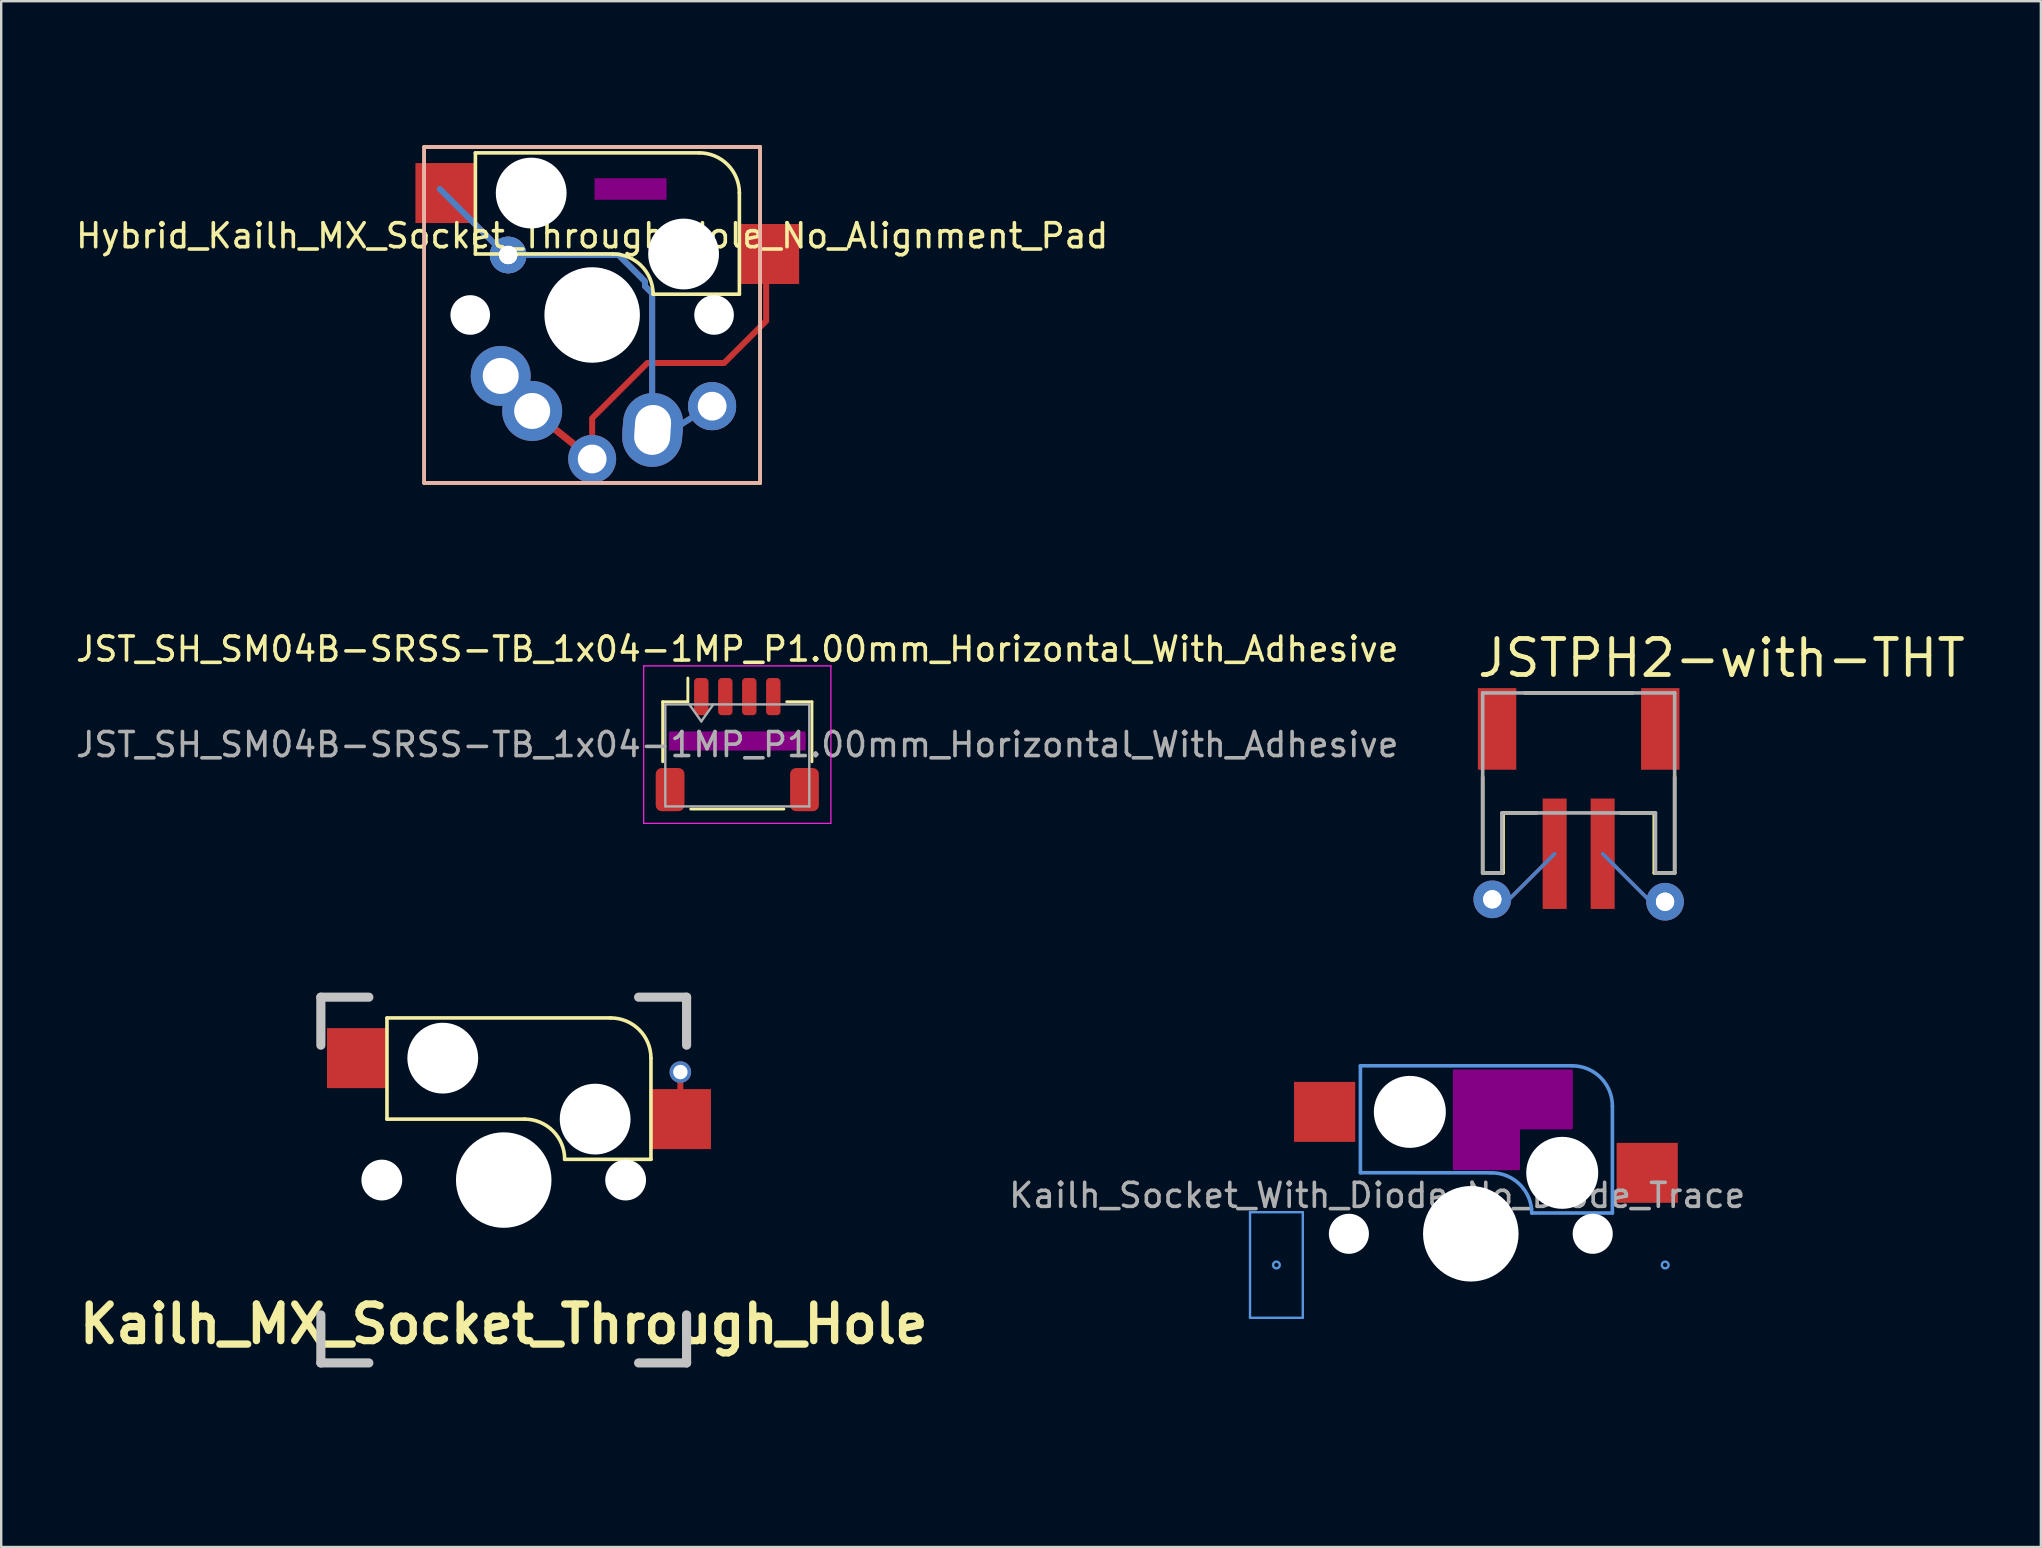
<source format=kicad_pcb>
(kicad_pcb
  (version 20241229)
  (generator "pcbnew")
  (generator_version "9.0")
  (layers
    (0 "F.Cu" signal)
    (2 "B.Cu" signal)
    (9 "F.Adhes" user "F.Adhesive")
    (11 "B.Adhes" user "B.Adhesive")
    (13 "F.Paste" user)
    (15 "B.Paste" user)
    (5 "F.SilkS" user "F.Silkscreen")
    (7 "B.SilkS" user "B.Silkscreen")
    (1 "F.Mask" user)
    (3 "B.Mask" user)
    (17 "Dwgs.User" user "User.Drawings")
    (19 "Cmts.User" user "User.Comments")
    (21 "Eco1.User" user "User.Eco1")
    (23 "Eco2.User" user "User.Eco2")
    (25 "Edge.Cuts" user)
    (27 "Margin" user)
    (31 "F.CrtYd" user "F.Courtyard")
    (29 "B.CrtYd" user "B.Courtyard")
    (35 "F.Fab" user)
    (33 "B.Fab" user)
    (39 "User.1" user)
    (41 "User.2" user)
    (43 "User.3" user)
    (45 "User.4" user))
  (footprint "Kailh_MX_Socket_Through_Hole"
    (layer "F.Cu")
    (at 17.94 46.123)
    (property "Reference" "Kailh_MX_Socket_Through_Hole" (at 0 6 0) (layer "F.SilkS") (effects (font (size 1.524 1.524) (thickness 0.305))))
    (attr through_hole)
    (fp_line (start -4.865 -6.75) (end -4.865 -2.54) (stroke (width 0.15) (type solid)) (layer "F.SilkS"))
    (fp_line (start 0.865 -2.54) (end -4.865 -2.54) (stroke (width 0.15) (type solid)) (layer "F.SilkS"))
    (fp_line (start 4.46 -6.755) (end -4.865 -6.755) (stroke (width 0.15) (type solid)) (layer "F.SilkS"))
    (fp_line (start 6.135 -5.08) (end 6.135 -0.865) (stroke (width 0.15) (type solid)) (layer "F.SilkS"))
    (fp_line (start 6.135 -0.865) (end 2.54 -0.865) (stroke (width 0.15) (type solid)) (layer "F.SilkS"))
    (fp_arc (start 0.865 -2.54) (mid 2.049404 -2.049404) (end 2.54 -0.865) (stroke (width 0.15) (type solid)) (layer "F.SilkS"))
    (fp_arc (start 4.46 -6.755) (mid 5.644404 -6.264404) (end 6.135 -5.08) (stroke (width 0.15) (type solid)) (layer "F.SilkS"))
    (fp_line (start -7.62 -7.62) (end -5.62 -7.62) (stroke (width 0.381) (type solid)) (layer "Dwgs.User"))
    (fp_line (start -7.62 -5.62) (end -7.62 -7.62) (stroke (width 0.381) (type solid)) (layer "Dwgs.User"))
    (fp_line (start -7.62 5.62) (end -7.62 7.62) (stroke (width 0.381) (type solid)) (layer "Dwgs.User"))
    (fp_line (start -7.62 7.62) (end -5.62 7.62) (stroke (width 0.381) (type solid)) (layer "Dwgs.User"))
    (fp_line (start 5.62 -7.62) (end 7.62 -7.62) (stroke (width 0.381) (type solid)) (layer "Dwgs.User"))
    (fp_line (start 5.62 7.62) (end 7.62 7.62) (stroke (width 0.381) (type solid)) (layer "Dwgs.User"))
    (fp_line (start 7.62 -7.62) (end 7.62 -5.62) (stroke (width 0.381) (type solid)) (layer "Dwgs.User"))
    (fp_line (start 7.62 5.62) (end 7.62 7.62) (stroke (width 0.381) (type solid)) (layer "Dwgs.User"))
    (pad "" np_thru_hole circle (at -5.08 0) (size 1.7 1.7) (drill 1.7) (layers "*.Cu" "*.Mask"))
    (pad "" np_thru_hole circle (at -2.54 -5.08) (size 2.95 2.95) (drill 2.95) (layers "*.Cu" "*.Mask"))
    (pad "" np_thru_hole circle (at 0 0) (size 3.98 3.98) (drill 3.98) (layers "*.Cu" "*.Mask"))
    (pad "" np_thru_hole circle (at 3.81 -2.54) (size 2.95 2.95) (drill 2.95) (layers "*.Cu" "*.Mask"))
    (pad "" np_thru_hole circle (at 5.08 0) (size 1.7 1.7) (drill 1.7) (layers "*.Cu" "*.Mask"))
    (pad "1" thru_hole circle (at 7.36 -4.5) (size 0.9 0.9) (drill 0.6) (layers "*.Cu"))
    (pad "1" smd rect (at 7.36 -3.5) (size 0.25 2.5) (layers "F.Cu"))
    (pad "1" smd rect (at 7.36 -2.54) (size 2.55 2.5) (layers "F.Cu" "F.Mask" "F.Paste"))
    (pad "2" smd rect (at -6.09 -5.08) (size 2.55 2.5) (layers "F.Cu" "F.Mask" "F.Paste")))
  (footprint "JST_SH_SM04B-SRSS-TB_1x04-1MP_P1.00mm_Horizontal_With_Adhesive"
    (layer "F.Cu")
    (at 27.673 27.978)
    (property "Reference" "JST_SH_SM04B-SRSS-TB_1x04-1MP_P1.00mm_Horizontal_With_Adhesive" (at 0 -3.98 0) (layer "F.SilkS") (effects (font (size 1 1) (thickness 0.15))))
    (attr smd)
    (fp_line (start -3.11 -1.785) (end -2.06 -1.785) (stroke (width 0.12) (type solid)) (layer "F.SilkS"))
    (fp_line (start -3.11 0.715) (end -3.11 -1.785) (stroke (width 0.12) (type solid)) (layer "F.SilkS"))
    (fp_line (start -2.06 -1.785) (end -2.06 -2.775) (stroke (width 0.12) (type solid)) (layer "F.SilkS"))
    (fp_line (start -1.94 2.685) (end 1.94 2.685) (stroke (width 0.12) (type solid)) (layer "F.SilkS"))
    (fp_line (start 3.11 -1.785) (end 2.06 -1.785) (stroke (width 0.12) (type solid)) (layer "F.SilkS"))
    (fp_line (start 3.11 0.715) (end 3.11 -1.785) (stroke (width 0.12) (type solid)) (layer "F.SilkS"))
    (fp_poly (pts (xy -2.8 -0.5) (xy 2.8 -0.5) (xy 2.8 0.2) (xy -2.8 0.2)) (stroke (width 0.1) (type solid)) (fill yes) (layer "F.Adhes"))
    (fp_line (start -3.9 -3.28) (end -3.9 3.28) (stroke (width 0.05) (type solid)) (layer "F.CrtYd"))
    (fp_line (start -3.9 3.28) (end 3.9 3.28) (stroke (width 0.05) (type solid)) (layer "F.CrtYd"))
    (fp_line (start 3.9 -3.28) (end -3.9 -3.28) (stroke (width 0.05) (type solid)) (layer "F.CrtYd"))
    (fp_line (start 3.9 3.28) (end 3.9 -3.28) (stroke (width 0.05) (type solid)) (layer "F.CrtYd"))
    (fp_line (start -3 -1.675) (end -3 2.575) (stroke (width 0.1) (type solid)) (layer "F.Fab"))
    (fp_line (start -3 -1.675) (end 3 -1.675) (stroke (width 0.1) (type solid)) (layer "F.Fab"))
    (fp_line (start -3 2.575) (end 3 2.575) (stroke (width 0.1) (type solid)) (layer "F.Fab"))
    (fp_line (start -2 -1.675) (end -1.5 -0.968) (stroke (width 0.1) (type solid)) (layer "F.Fab"))
    (fp_line (start -1.5 -0.968) (end -1 -1.675) (stroke (width 0.1) (type solid)) (layer "F.Fab"))
    (fp_line (start 3 -1.675) (end 3 2.575) (stroke (width 0.1) (type solid)) (layer "F.Fab"))
    (fp_text user "${REFERENCE}" (at 0 0 0) (layer "F.Fab") (effects (font (size 1 1) (thickness 0.15))))
    (pad "1" smd roundrect (at -1.5 -2) (size 0.6 1.55) (layers "F.Cu" "F.Mask" "F.Paste") (roundrect_rratio 0.25))
    (pad "2" smd roundrect (at -0.5 -2) (size 0.6 1.55) (layers "F.Cu" "F.Mask" "F.Paste") (roundrect_rratio 0.25))
    (pad "3" smd roundrect (at 0.5 -2) (size 0.6 1.55) (layers "F.Cu" "F.Mask" "F.Paste") (roundrect_rratio 0.25))
    (pad "4" smd roundrect (at 1.5 -2) (size 0.6 1.55) (layers "F.Cu" "F.Mask" "F.Paste") (roundrect_rratio 0.25))
    (pad "MP" smd roundrect (at -2.8 1.875) (size 1.2 1.8) (layers "F.Cu" "F.Mask" "F.Paste") (roundrect_rratio 0.208))
    (pad "MP" smd roundrect (at 2.8 1.875) (size 1.2 1.8) (layers "F.Cu" "F.Mask" "F.Paste") (roundrect_rratio 0.208)))
  (footprint "JSTPH2-with-THT"
    (layer "F.Cu")
    (at 62.733 28.825)
    (property "Reference" "JSTPH2-with-THT" (at -4.325 -3.575 0) (layer "F.SilkS") (effects (font (size 1.5 1.5) (thickness 0.2)) (justify left bottom)))
    (attr through_hole)
    (fp_line (start -4 4.5) (end -4 0.5) (stroke (width 0.15) (type solid)) (layer "F.SilkS"))
    (fp_line (start -3.15 2) (end -3.15 4.5) (stroke (width 0.15) (type solid)) (layer "F.SilkS"))
    (fp_line (start -3.15 4.5) (end -4 4.5) (stroke (width 0.15) (type solid)) (layer "F.SilkS"))
    (fp_line (start -2.25 -3) (end 2.25 -3) (stroke (width 0.15) (type solid)) (layer "F.SilkS"))
    (fp_line (start -1.75 2) (end -3.15 2) (stroke (width 0.15) (type solid)) (layer "F.SilkS"))
    (fp_line (start 3.15 2) (end 1.75 2) (stroke (width 0.15) (type solid)) (layer "F.SilkS"))
    (fp_line (start 3.15 4.5) (end 3.15 2) (stroke (width 0.15) (type solid)) (layer "F.SilkS"))
    (fp_line (start 4 0.5) (end 4 4.5) (stroke (width 0.15) (type solid)) (layer "F.SilkS"))
    (fp_line (start 4 4.5) (end 3.15 4.5) (stroke (width 0.15) (type solid)) (layer "F.SilkS"))
    (fp_line (start -4 -3) (end 4 -3) (stroke (width 0.15) (type solid)) (layer "F.Fab"))
    (fp_line (start -4 4.5) (end -4 -3) (stroke (width 0.15) (type solid)) (layer "F.Fab"))
    (fp_line (start -3.2 2) (end -3.2 4.5) (stroke (width 0.15) (type solid)) (layer "F.Fab"))
    (fp_line (start -3.2 4.5) (end -4 4.5) (stroke (width 0.15) (type solid)) (layer "F.Fab"))
    (fp_line (start 3.2 2) (end -3.2 2) (stroke (width 0.15) (type solid)) (layer "F.Fab"))
    (fp_line (start 3.2 4.5) (end 3.2 2) (stroke (width 0.15) (type solid)) (layer "F.Fab"))
    (fp_line (start 4 -3) (end 4 4.5) (stroke (width 0.15) (type solid)) (layer "F.Fab"))
    (fp_line (start 4 4.5) (end 3.2 4.5) (stroke (width 0.15) (type solid)) (layer "F.Fab"))
    (pad "1" thru_hole circle (at -3.6 5.6) (size 1.524 1.524) (drill 0.762) (layers "*.Cu" "*.Mask"))
    (pad "1" thru_hole custom (at -3.6 5.6) (size 1.524 1.524) (drill 0.762) (layers "F.Cu") (options (anchor circle)) (primitives (gr_circle (center 0 0) (end 0.412 0) (width 0.75) (fill no)) (gr_line (start 2.6 -1.9) (end 0.7 0) (width 0.15)) (gr_line (start 0.7 0) (end 0 0) (width 0.15))))
    (pad "1" smd rect (at -1 3.7) (size 1 4.6) (layers "F.Cu" "F.Mask" "F.Paste"))
    (pad "2" smd rect (at 1 3.7) (size 1 4.6) (layers "F.Cu" "F.Mask" "F.Paste"))
    (pad "2" thru_hole circle (at 3.6 5.7) (size 1.524 1.524) (drill 0.762) (layers "*.Cu" "*.Mask"))
    (pad "2" thru_hole custom (at 3.6 5.7) (size 1.524 1.524) (drill 0.762) (layers "F.Cu") (options (anchor circle)) (primitives (gr_circle (center 0 0) (end 0.412 0) (width 0.75) (fill no)) (gr_line (start -0.6 0) (end 0 0) (width 0.15)) (gr_line (start -2.6 -2) (end -0.6 0) (width 0.15))))
    (pad "NC1" smd rect (at -3.4 -1.5 90) (size 3.4 1.6) (layers "F.Cu" "F.Mask" "F.Paste"))
    (pad "NC2" smd rect (at 3.4 -1.5 90) (size 3.4 1.6) (layers "F.Cu" "F.Mask" "F.Paste")))
  (footprint "Hybrid_Kailh_MX_Socket_Through_Hole_No_Alignment_Pad"
    (layer "F.Cu")
    (at 21.625 10.075)
    (property "Reference" "Hybrid_Kailh_MX_Socket_Through_Hole_No_Alignment_Pad" (at 0 -3.3 0) (layer "F.SilkS") (effects (font (size 1 1) (thickness 0.15))))
    (attr through_hole)
    (fp_line (start -7 -7) (end 7 -7) (stroke (width 0.15) (type solid)) (layer "F.SilkS"))
    (fp_line (start -7 7) (end -7 -7) (stroke (width 0.15) (type solid)) (layer "F.SilkS"))
    (fp_line (start -4.865 -6.75) (end -4.865 -2.54) (stroke (width 0.15) (type solid)) (layer "F.SilkS"))
    (fp_line (start 0.865 -2.54) (end -4.865 -2.54) (stroke (width 0.15) (type solid)) (layer "F.SilkS"))
    (fp_line (start 4.46 -6.755) (end -4.865 -6.755) (stroke (width 0.15) (type solid)) (layer "F.SilkS"))
    (fp_line (start 6.135 -5.08) (end 6.135 -0.865) (stroke (width 0.15) (type solid)) (layer "F.SilkS"))
    (fp_line (start 6.135 -0.865) (end 2.54 -0.865) (stroke (width 0.15) (type solid)) (layer "F.SilkS"))
    (fp_line (start 7 -7) (end 7 7) (stroke (width 0.15) (type solid)) (layer "F.SilkS"))
    (fp_line (start 7 7) (end -7 7) (stroke (width 0.15) (type solid)) (layer "F.SilkS"))
    (fp_arc (start 0.865 -2.54) (mid 2.049404 -2.049404) (end 2.54 -0.865) (stroke (width 0.15) (type solid)) (layer "F.SilkS"))
    (fp_arc (start 4.460001 -6.755) (mid 5.644405 -6.264403) (end 6.135 -5.079999) (stroke (width 0.15) (type solid)) (layer "F.SilkS"))
    (fp_line (start -7 -7) (end -7 7) (stroke (width 0.15) (type solid)) (layer "B.SilkS"))
    (fp_line (start -7 7) (end 7 7) (stroke (width 0.15) (type solid)) (layer "B.SilkS"))
    (fp_line (start 7 -7) (end -7 -7) (stroke (width 0.15) (type solid)) (layer "B.SilkS"))
    (fp_line (start 7 7) (end 7 -7) (stroke (width 0.15) (type solid)) (layer "B.SilkS"))
    (fp_poly (pts (xy 0.1 -5.7) (xy 0.1 -4.8) (xy 3.1 -4.8) (xy 3.1 -5.7)) (stroke (width 0) (type solid)) (fill yes) (layer "F.Adhes"))
    (fp_line (start -10 10) (end -10 -10) (stroke (width 0.15) (type solid)) (layer "Eco1.User"))
    (fp_line (start -10 -10) (end 10 -10) (stroke (width 0.15) (type solid)) (layer "Eco1.User"))
    (fp_line (start 10 10) (end -10 10) (stroke (width 0.15) (type solid)) (layer "Eco1.User"))
    (fp_line (start 10 -10) (end 10 10) (stroke (width 0.15) (type solid)) (layer "Eco1.User"))
    (pad "" np_thru_hole circle (at -5.08 0) (size 1.65 1.65) (drill 1.65) (layers "*.Cu" "*.Mask"))
    (pad "" np_thru_hole circle (at -2.54 -5.08) (size 2.95 2.95) (drill 2.95) (layers "*.Cu" "*.Mask"))
    (pad "" np_thru_hole circle (at 0 0) (size 3.98 3.98) (drill 3.98) (layers "*.Cu" "*.Mask"))
    (pad "" np_thru_hole circle (at 3.81 -2.54) (size 2.95 2.95) (drill 2.95) (layers "*.Cu" "*.Mask"))
    (pad "" np_thru_hole circle (at 5.08 0) (size 1.65 1.65) (drill 1.65) (layers "*.Cu" "*.Mask"))
    (pad "1" thru_hole circle (at -3.81 2.54) (size 2.5 2.5) (drill 1.5) (layers "*.Cu" "*.Mask"))
    (pad "1" thru_hole circle (at -2.5 4) (size 2.5 2.5) (drill 1.5) (layers "*.Cu" "*.Mask"))
    (pad "1" thru_hole circle (at 0 6) (size 2 2) (drill 1.2) (layers "*.Cu" "*.Mask"))
    (pad "1" smd rect (at 7.35 -2.54) (size 2.55 2.5) (layers "F.Cu" "F.Mask" "F.Paste"))
    (pad "1" smd custom (at 7.5 -2.5) (size 2 2) (layers "F.Cu") (options (anchor rect)) (primitives (gr_line (start -7.5 6.8) (end -7.5 8.6) (width 0.25)) (gr_line (start -0.25 2.75) (end -2 4.5) (width 0.25)) (gr_line (start -0.25 0.4) (end -0.25 2.75) (width 0.25)) (gr_line (start -11.31 5.04) (end -10 6.5) (width 0.25)) (gr_line (start -2 4.5) (end -5.175 4.5) (width 0.25)) (gr_circle (center -11.31 5.04) (end -11 5.04) (width 1.25) (fill no)) (gr_poly (pts (xy -1.35 -1.225) (xy 1.05 -1.225) (xy 1.05 1.15) (xy -1.35 1.15)) (width 0.1) (fill yes)) (gr_circle (center -10 6.5) (end -9.75 6.5) (width 1.25) (fill no)) (gr_circle (center -7.5 8.5) (end -7.25 8.5) (width 1) (fill no)) (gr_line (start -10 6.5) (end -7.5 8.5) (width 0.3)) (gr_line (start -5.2 4.5) (end -7.5 6.8) (width 0.25))))
    (pad "2" smd rect (at -6.09 -5.08) (size 2.55 2.5) (layers "F.Cu" "F.Mask" "F.Paste"))
    (pad "2" thru_hole circle (at -3.5 -2.5) (size 1.524 1.524) (drill 0.762) (layers "*.Cu"))
    (pad "2" thru_hole custom (at -3.5 -2.5) (size 1.524 1.524) (drill 0.762) (layers "F.Cu") (options (anchor circle)) (primitives (gr_line (start -2.85 -2.75) (end -0.1 0) (width 0.25))))
    (pad "2" thru_hole custom (at -3.5 -2.5) (size 1.524 1.524) (drill 0.762) (layers "B.Cu") (options (anchor circle)) (primitives (gr_line (start 6 1.6) (end 6 7.4) (width 0.25)) (gr_line (start 5.7 1.3) (end 6 1.6) (width 0.25)) (gr_line (start 5.7 1.1) (end 5.7 1.3) (width 0.25)) (gr_line (start 6.5 7.5) (end 8.5 6.25) (width 0.25)) (gr_circle (center 8.5 6.3) (end 9 6.3) (width 1) (fill no)) (gr_line (start 4.6 0) (end 5.7 1.1) (width 0.25)) (gr_line (start -0.1 0) (end 4.6 0) (width 0.25)) (gr_circle (center 6.02 7.29) (end 6.645 7.29) (width 1.25) (fill no)) (gr_circle (center 0 0) (end 0.5 0) (width 0.5) (fill no))))
    (pad "2" thru_hole oval (at 2.52 4.79 356.1) (size 2.5 3.08) (drill oval 1.5 2.08) (layers "*.Cu" "*.Mask"))
    (pad "2" thru_hole circle (at 5 3.8) (size 2 2) (drill 1.2) (layers "*.Cu" "*.Mask")))
  (footprint "Kailh_Socket_With_Diode_No_Diode_Trace"
    (layer "F.Cu")
    (at 58.238 48.362)
    (property "Reference" "Kailh_Socket_With_Diode_No_Diode_Trace" (at -3.9 -1.6 0) (layer "F.Fab") (effects (font (size 1 1) (thickness 0.15))))
    (attr through_hole)
    (fp_poly (pts (xy -0.7 -6.8) (xy 4.2 -6.8) (xy 4.2 -4.4) (xy 2 -4.4) (xy 2 -2.7) (xy -0.7 -2.7)) (stroke (width 0.1) (type solid)) (fill yes) (layer "F.Adhes"))
    (fp_line (start -9.2 -0.9) (end -7 -0.9) (stroke (width 0.1) (type solid)) (layer "Cmts.User"))
    (fp_line (start -9.2 3.5) (end -9.2 -0.9) (stroke (width 0.1) (type solid)) (layer "Cmts.User"))
    (fp_line (start -7 -0.9) (end -7 3.5) (stroke (width 0.1) (type solid)) (layer "Cmts.User"))
    (fp_line (start -7 3.5) (end -9.2 3.5) (stroke (width 0.1) (type solid)) (layer "Cmts.User"))
    (fp_line (start -4.6 -7) (end -4.6 -2.545) (stroke (width 0.15) (type solid)) (layer "Cmts.User"))
    (fp_line (start 0.865 -2.54) (end -4.6 -2.545) (stroke (width 0.15) (type solid)) (layer "Cmts.User"))
    (fp_line (start 4.225 -7) (end -4.6 -7) (stroke (width 0.15) (type solid)) (layer "Cmts.User"))
    (fp_line (start 5.9 -5.325) (end 5.9 -0.865) (stroke (width 0.15) (type solid)) (layer "Cmts.User"))
    (fp_line (start 5.9 -0.865) (end 2.54 -0.865) (stroke (width 0.15) (type solid)) (layer "Cmts.User"))
    (fp_arc (start 0.865 -2.54) (mid 2.049404 -2.049404) (end 2.54 -0.865) (stroke (width 0.15) (type solid)) (layer "Cmts.User"))
    (fp_arc (start 4.225001 -7) (mid 5.409405 -6.509403) (end 5.9 -5.324999) (stroke (width 0.15) (type solid)) (layer "Cmts.User"))
    (fp_circle (center -8.1 1.3) (end -7.959 1.3) (stroke (width 0.1) (type solid)) (fill no) (layer "Cmts.User"))
    (fp_circle (center 8.1 1.3) (end 8.241 1.3) (stroke (width 0.1) (type solid)) (fill no) (layer "Cmts.User"))
    (fp_line (start -10 -10) (end 10 -10) (stroke (width 0.1) (type solid)) (layer "Eco1.User"))
    (fp_line (start -10 10) (end -10 -10) (stroke (width 0.1) (type solid)) (layer "Eco1.User"))
    (fp_line (start -9 -9) (end 9 -9) (stroke (width 0.1) (type solid)) (layer "Eco1.User"))
    (fp_line (start -9 0) (end -9 -9) (stroke (width 0.1) (type solid)) (layer "Eco1.User"))
    (fp_line (start -9 9) (end -9 0) (stroke (width 0.1) (type solid)) (layer "Eco1.User"))
    (fp_line (start 9 -9) (end 9 9) (stroke (width 0.1) (type solid)) (layer "Eco1.User"))
    (fp_line (start 9 9) (end -9 9) (stroke (width 0.1) (type solid)) (layer "Eco1.User"))
    (fp_line (start 10 -10) (end 10 10) (stroke (width 0.1) (type solid)) (layer "Eco1.User"))
    (fp_line (start 10 10) (end -10 10) (stroke (width 0.1) (type solid)) (layer "Eco1.User"))
    (pad "" np_thru_hole circle (at -5.08 0) (size 1.67 1.67) (drill 1.67) (layers "*.Cu" "*.Mask"))
    (pad "" np_thru_hole circle (at -2.54 -5.08) (size 3 3) (drill 3) (layers "*.Cu" "*.Mask"))
    (pad "" np_thru_hole circle (at 0 0) (size 3.98 3.98) (drill 3.98) (layers "*.Cu" "*.Mask"))
    (pad "" np_thru_hole circle (at 3.81 -2.54) (size 3 3) (drill 3) (layers "*.Cu" "*.Mask"))
    (pad "" np_thru_hole circle (at 5.08 0) (size 1.67 1.67) (drill 1.67) (layers "*.Cu" "*.Mask"))
    (pad "1" smd rect (at 7.35 -2.54) (size 2.55 2.5) (layers "F.Cu" "F.Mask" "F.Paste"))
    (pad "2" smd rect (at -6.09 -5.08) (size 2.55 2.5) (layers "F.Cu" "F.Mask" "F.Paste")))
  (gr_rect
    (start -3 -3)
    (end 81.993 61.412)
    (stroke (width 0.1) (type default))
    (fill no)
    (layer "Edge.Cuts")))
</source>
